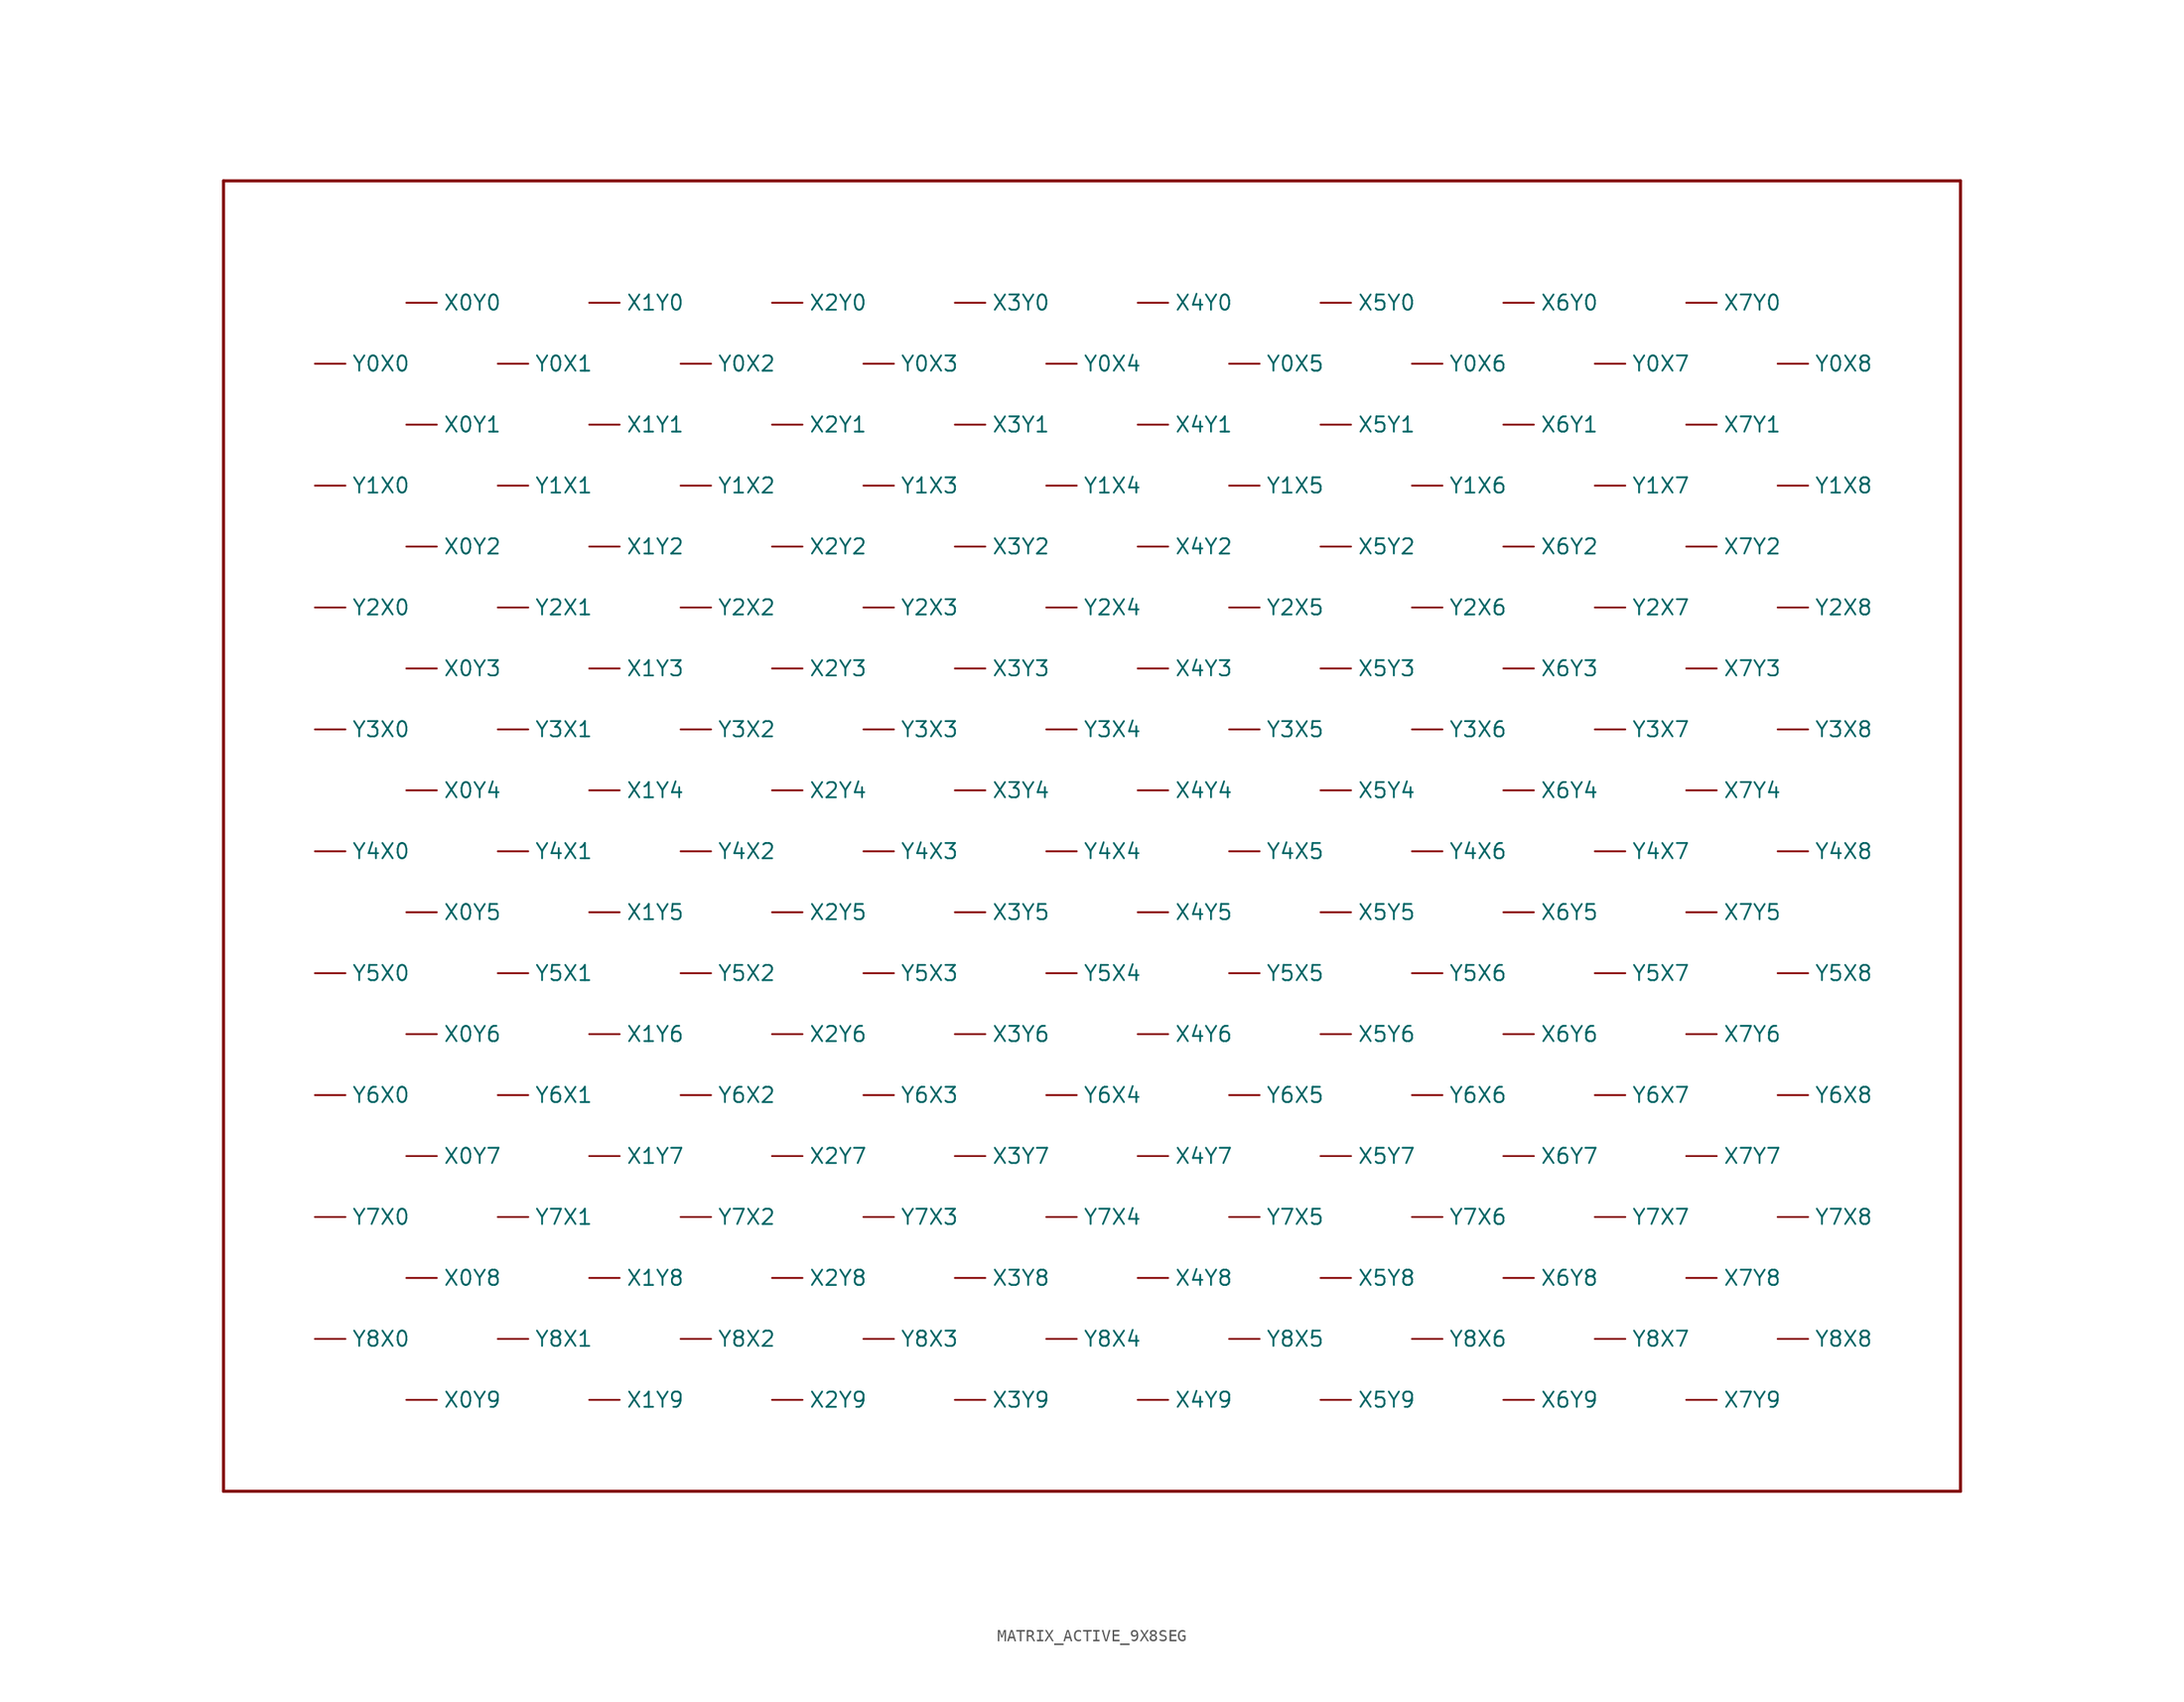
<source format=kicad_sym>
(kicad_symbol_lib
  (version 20220914)
  (generator kicad_symbol_editor)
  (symbol "MATRIX_ACTIVE_9X8SEG"
    (property "Reference" "CT"
      (at 53.34 53.34 0)
      (effects (font (size 1.27 1.27) bold) (justify left bottom) hide))
    (property "Value" ""
      (at -22.86 53.34 0)
      (effects (font (size 1.27 1.27) bold) (justify left bottom)))
    (symbol "MATRIX_ACTIVE_9X8SEG_1_0"
      (polyline (pts (xy -66.04 -53.34) (xy 78.74 -53.34)) (stroke (width 0.254) (type solid)) (fill (type none)))
      (polyline (pts (xy -66.04 55.88) (xy -66.04 -53.34)) (stroke (width 0.254) (type solid)) (fill (type none)))
      (polyline (pts (xy 78.74 -53.34) (xy 78.74 55.88)) (stroke (width 0.254) (type solid)) (fill (type none)))
      (polyline (pts (xy 78.74 55.88) (xy -66.04 55.88)) (stroke (width 0.254) (type solid)) (fill (type none)))
      (pin passive line (at -50.8 45.72 0) (length 2.54) (name "X0Y0" (effects (font (size 1.27 1.27)))) (number "X0Y0" (effects (font (size 0 0)))))
      (pin passive line (at -50.8 35.56 0) (length 2.54) (name "X0Y1" (effects (font (size 1.27 1.27)))) (number "X0Y1" (effects (font (size 0 0)))))
      (pin passive line (at -50.8 25.4 0) (length 2.54) (name "X0Y2" (effects (font (size 1.27 1.27)))) (number "X0Y2" (effects (font (size 0 0)))))
      (pin passive line (at -50.8 15.24 0) (length 2.54) (name "X0Y3" (effects (font (size 1.27 1.27)))) (number "X0Y3" (effects (font (size 0 0)))))
      (pin passive line (at -50.8 5.08 0) (length 2.54) (name "X0Y4" (effects (font (size 1.27 1.27)))) (number "X0Y4" (effects (font (size 0 0)))))
      (pin passive line (at -50.8 -5.08 0) (length 2.54) (name "X0Y5" (effects (font (size 1.27 1.27)))) (number "X0Y5" (effects (font (size 0 0)))))
      (pin passive line (at -50.8 -15.24 0) (length 2.54) (name "X0Y6" (effects (font (size 1.27 1.27)))) (number "X0Y6" (effects (font (size 0 0)))))
      (pin passive line (at -50.8 -25.4 0) (length 2.54) (name "X0Y7" (effects (font (size 1.27 1.27)))) (number "X0Y7" (effects (font (size 0 0)))))
      (pin passive line (at -50.8 -35.56 0) (length 2.54) (name "X0Y8" (effects (font (size 1.27 1.27)))) (number "X0Y8" (effects (font (size 0 0)))))
      (pin passive line (at -50.8 -45.72 0) (length 2.54) (name "X0Y9" (effects (font (size 1.27 1.27)))) (number "X0Y9" (effects (font (size 0 0)))))
      (pin passive line (at -35.56 45.72 0) (length 2.54) (name "X1Y0" (effects (font (size 1.27 1.27)))) (number "X1Y0" (effects (font (size 0 0)))))
      (pin passive line (at -35.56 35.56 0) (length 2.54) (name "X1Y1" (effects (font (size 1.27 1.27)))) (number "X1Y1" (effects (font (size 0 0)))))
      (pin passive line (at -35.56 25.4 0) (length 2.54) (name "X1Y2" (effects (font (size 1.27 1.27)))) (number "X1Y2" (effects (font (size 0 0)))))
      (pin passive line (at -35.56 15.24 0) (length 2.54) (name "X1Y3" (effects (font (size 1.27 1.27)))) (number "X1Y3" (effects (font (size 0 0)))))
      (pin passive line (at -35.56 5.08 0) (length 2.54) (name "X1Y4" (effects (font (size 1.27 1.27)))) (number "X1Y4" (effects (font (size 0 0)))))
      (pin passive line (at -35.56 -5.08 0) (length 2.54) (name "X1Y5" (effects (font (size 1.27 1.27)))) (number "X1Y5" (effects (font (size 0 0)))))
      (pin passive line (at -35.56 -15.24 0) (length 2.54) (name "X1Y6" (effects (font (size 1.27 1.27)))) (number "X1Y6" (effects (font (size 0 0)))))
      (pin passive line (at -35.56 -25.4 0) (length 2.54) (name "X1Y7" (effects (font (size 1.27 1.27)))) (number "X1Y7" (effects (font (size 0 0)))))
      (pin passive line (at -35.56 -35.56 0) (length 2.54) (name "X1Y8" (effects (font (size 1.27 1.27)))) (number "X1Y8" (effects (font (size 0 0)))))
      (pin passive line (at -35.56 -45.72 0) (length 2.54) (name "X1Y9" (effects (font (size 1.27 1.27)))) (number "X1Y9" (effects (font (size 0 0)))))
      (pin passive line (at -20.32 45.72 0) (length 2.54) (name "X2Y0" (effects (font (size 1.27 1.27)))) (number "X2Y0" (effects (font (size 0 0)))))
      (pin passive line (at -20.32 35.56 0) (length 2.54) (name "X2Y1" (effects (font (size 1.27 1.27)))) (number "X2Y1" (effects (font (size 0 0)))))
      (pin passive line (at -20.32 25.4 0) (length 2.54) (name "X2Y2" (effects (font (size 1.27 1.27)))) (number "X2Y2" (effects (font (size 0 0)))))
      (pin passive line (at -20.32 15.24 0) (length 2.54) (name "X2Y3" (effects (font (size 1.27 1.27)))) (number "X2Y3" (effects (font (size 0 0)))))
      (pin passive line (at -20.32 5.08 0) (length 2.54) (name "X2Y4" (effects (font (size 1.27 1.27)))) (number "X2Y4" (effects (font (size 0 0)))))
      (pin passive line (at -20.32 -5.08 0) (length 2.54) (name "X2Y5" (effects (font (size 1.27 1.27)))) (number "X2Y5" (effects (font (size 0 0)))))
      (pin passive line (at -20.32 -15.24 0) (length 2.54) (name "X2Y6" (effects (font (size 1.27 1.27)))) (number "X2Y6" (effects (font (size 0 0)))))
      (pin passive line (at -20.32 -25.4 0) (length 2.54) (name "X2Y7" (effects (font (size 1.27 1.27)))) (number "X2Y7" (effects (font (size 0 0)))))
      (pin passive line (at -20.32 -35.56 0) (length 2.54) (name "X2Y8" (effects (font (size 1.27 1.27)))) (number "X2Y8" (effects (font (size 0 0)))))
      (pin passive line (at -20.32 -45.72 0) (length 2.54) (name "X2Y9" (effects (font (size 1.27 1.27)))) (number "X2Y9" (effects (font (size 0 0)))))
      (pin passive line (at -5.08 45.72 0) (length 2.54) (name "X3Y0" (effects (font (size 1.27 1.27)))) (number "X3Y0" (effects (font (size 0 0)))))
      (pin passive line (at -5.08 35.56 0) (length 2.54) (name "X3Y1" (effects (font (size 1.27 1.27)))) (number "X3Y1" (effects (font (size 0 0)))))
      (pin passive line (at -5.08 25.4 0) (length 2.54) (name "X3Y2" (effects (font (size 1.27 1.27)))) (number "X3Y2" (effects (font (size 0 0)))))
      (pin passive line (at -5.08 15.24 0) (length 2.54) (name "X3Y3" (effects (font (size 1.27 1.27)))) (number "X3Y3" (effects (font (size 0 0)))))
      (pin passive line (at -5.08 5.08 0) (length 2.54) (name "X3Y4" (effects (font (size 1.27 1.27)))) (number "X3Y4" (effects (font (size 0 0)))))
      (pin passive line (at -5.08 -5.08 0) (length 2.54) (name "X3Y5" (effects (font (size 1.27 1.27)))) (number "X3Y5" (effects (font (size 0 0)))))
      (pin passive line (at -5.08 -15.24 0) (length 2.54) (name "X3Y6" (effects (font (size 1.27 1.27)))) (number "X3Y6" (effects (font (size 0 0)))))
      (pin passive line (at -5.08 -25.4 0) (length 2.54) (name "X3Y7" (effects (font (size 1.27 1.27)))) (number "X3Y7" (effects (font (size 0 0)))))
      (pin passive line (at -5.08 -35.56 0) (length 2.54) (name "X3Y8" (effects (font (size 1.27 1.27)))) (number "X3Y8" (effects (font (size 0 0)))))
      (pin passive line (at -5.08 -45.72 0) (length 2.54) (name "X3Y9" (effects (font (size 1.27 1.27)))) (number "X3Y9" (effects (font (size 0 0)))))
      (pin passive line (at 10.16 45.72 0) (length 2.54) (name "X4Y0" (effects (font (size 1.27 1.27)))) (number "X4Y0" (effects (font (size 0 0)))))
      (pin passive line (at 10.16 35.56 0) (length 2.54) (name "X4Y1" (effects (font (size 1.27 1.27)))) (number "X4Y1" (effects (font (size 0 0)))))
      (pin passive line (at 10.16 25.4 0) (length 2.54) (name "X4Y2" (effects (font (size 1.27 1.27)))) (number "X4Y2" (effects (font (size 0 0)))))
      (pin passive line (at 10.16 15.24 0) (length 2.54) (name "X4Y3" (effects (font (size 1.27 1.27)))) (number "X4Y3" (effects (font (size 0 0)))))
      (pin passive line (at 10.16 5.08 0) (length 2.54) (name "X4Y4" (effects (font (size 1.27 1.27)))) (number "X4Y4" (effects (font (size 0 0)))))
      (pin passive line (at 10.16 -5.08 0) (length 2.54) (name "X4Y5" (effects (font (size 1.27 1.27)))) (number "X4Y5" (effects (font (size 0 0)))))
      (pin passive line (at 10.16 -15.24 0) (length 2.54) (name "X4Y6" (effects (font (size 1.27 1.27)))) (number "X4Y6" (effects (font (size 0 0)))))
      (pin passive line (at 10.16 -25.4 0) (length 2.54) (name "X4Y7" (effects (font (size 1.27 1.27)))) (number "X4Y7" (effects (font (size 0 0)))))
      (pin passive line (at 10.16 -35.56 0) (length 2.54) (name "X4Y8" (effects (font (size 1.27 1.27)))) (number "X4Y8" (effects (font (size 0 0)))))
      (pin passive line (at 10.16 -45.72 0) (length 2.54) (name "X4Y9" (effects (font (size 1.27 1.27)))) (number "X4Y9" (effects (font (size 0 0)))))
      (pin passive line (at 25.4 45.72 0) (length 2.54) (name "X5Y0" (effects (font (size 1.27 1.27)))) (number "X5Y0" (effects (font (size 0 0)))))
      (pin passive line (at 25.4 35.56 0) (length 2.54) (name "X5Y1" (effects (font (size 1.27 1.27)))) (number "X5Y1" (effects (font (size 0 0)))))
      (pin passive line (at 25.4 25.4 0) (length 2.54) (name "X5Y2" (effects (font (size 1.27 1.27)))) (number "X5Y2" (effects (font (size 0 0)))))
      (pin passive line (at 25.4 15.24 0) (length 2.54) (name "X5Y3" (effects (font (size 1.27 1.27)))) (number "X5Y3" (effects (font (size 0 0)))))
      (pin passive line (at 25.4 5.08 0) (length 2.54) (name "X5Y4" (effects (font (size 1.27 1.27)))) (number "X5Y4" (effects (font (size 0 0)))))
      (pin passive line (at 25.4 -5.08 0) (length 2.54) (name "X5Y5" (effects (font (size 1.27 1.27)))) (number "X5Y5" (effects (font (size 0 0)))))
      (pin passive line (at 25.4 -15.24 0) (length 2.54) (name "X5Y6" (effects (font (size 1.27 1.27)))) (number "X5Y6" (effects (font (size 0 0)))))
      (pin passive line (at 25.4 -25.4 0) (length 2.54) (name "X5Y7" (effects (font (size 1.27 1.27)))) (number "X5Y7" (effects (font (size 0 0)))))
      (pin passive line (at 25.4 -35.56 0) (length 2.54) (name "X5Y8" (effects (font (size 1.27 1.27)))) (number "X5Y8" (effects (font (size 0 0)))))
      (pin passive line (at 25.4 -45.72 0) (length 2.54) (name "X5Y9" (effects (font (size 1.27 1.27)))) (number "X5Y9" (effects (font (size 0 0)))))
      (pin passive line (at 40.64 45.72 0) (length 2.54) (name "X6Y0" (effects (font (size 1.27 1.27)))) (number "X6Y0" (effects (font (size 0 0)))))
      (pin passive line (at 40.64 35.56 0) (length 2.54) (name "X6Y1" (effects (font (size 1.27 1.27)))) (number "X6Y1" (effects (font (size 0 0)))))
      (pin passive line (at 40.64 25.4 0) (length 2.54) (name "X6Y2" (effects (font (size 1.27 1.27)))) (number "X6Y2" (effects (font (size 0 0)))))
      (pin passive line (at 40.64 15.24 0) (length 2.54) (name "X6Y3" (effects (font (size 1.27 1.27)))) (number "X6Y3" (effects (font (size 0 0)))))
      (pin passive line (at 40.64 5.08 0) (length 2.54) (name "X6Y4" (effects (font (size 1.27 1.27)))) (number "X6Y4" (effects (font (size 0 0)))))
      (pin passive line (at 40.64 -5.08 0) (length 2.54) (name "X6Y5" (effects (font (size 1.27 1.27)))) (number "X6Y5" (effects (font (size 0 0)))))
      (pin passive line (at 40.64 -15.24 0) (length 2.54) (name "X6Y6" (effects (font (size 1.27 1.27)))) (number "X6Y6" (effects (font (size 0 0)))))
      (pin passive line (at 40.64 -25.4 0) (length 2.54) (name "X6Y7" (effects (font (size 1.27 1.27)))) (number "X6Y7" (effects (font (size 0 0)))))
      (pin passive line (at 40.64 -35.56 0) (length 2.54) (name "X6Y8" (effects (font (size 1.27 1.27)))) (number "X6Y8" (effects (font (size 0 0)))))
      (pin passive line (at 40.64 -45.72 0) (length 2.54) (name "X6Y9" (effects (font (size 1.27 1.27)))) (number "X6Y9" (effects (font (size 0 0)))))
      (pin passive line (at 55.88 45.72 0) (length 2.54) (name "X7Y0" (effects (font (size 1.27 1.27)))) (number "X7Y0" (effects (font (size 0 0)))))
      (pin passive line (at 55.88 35.56 0) (length 2.54) (name "X7Y1" (effects (font (size 1.27 1.27)))) (number "X7Y1" (effects (font (size 0 0)))))
      (pin passive line (at 55.88 25.4 0) (length 2.54) (name "X7Y2" (effects (font (size 1.27 1.27)))) (number "X7Y2" (effects (font (size 0 0)))))
      (pin passive line (at 55.88 15.24 0) (length 2.54) (name "X7Y3" (effects (font (size 1.27 1.27)))) (number "X7Y3" (effects (font (size 0 0)))))
      (pin passive line (at 55.88 5.08 0) (length 2.54) (name "X7Y4" (effects (font (size 1.27 1.27)))) (number "X7Y4" (effects (font (size 0 0)))))
      (pin passive line (at 55.88 -5.08 0) (length 2.54) (name "X7Y5" (effects (font (size 1.27 1.27)))) (number "X7Y5" (effects (font (size 0 0)))))
      (pin passive line (at 55.88 -15.24 0) (length 2.54) (name "X7Y6" (effects (font (size 1.27 1.27)))) (number "X7Y6" (effects (font (size 0 0)))))
      (pin passive line (at 55.88 -25.4 0) (length 2.54) (name "X7Y7" (effects (font (size 1.27 1.27)))) (number "X7Y7" (effects (font (size 0 0)))))
      (pin passive line (at 55.88 -35.56 0) (length 2.54) (name "X7Y8" (effects (font (size 1.27 1.27)))) (number "X7Y8" (effects (font (size 0 0)))))
      (pin passive line (at 55.88 -45.72 0) (length 2.54) (name "X7Y9" (effects (font (size 1.27 1.27)))) (number "X7Y9" (effects (font (size 0 0)))))
      (pin passive line (at -58.42 40.64 0) (length 2.54) (name "Y0X0" (effects (font (size 1.27 1.27)))) (number "Y0X0" (effects (font (size 0 0)))))
      (pin passive line (at -43.18 40.64 0) (length 2.54) (name "Y0X1" (effects (font (size 1.27 1.27)))) (number "Y0X1" (effects (font (size 0 0)))))
      (pin passive line (at -27.94 40.64 0) (length 2.54) (name "Y0X2" (effects (font (size 1.27 1.27)))) (number "Y0X2" (effects (font (size 0 0)))))
      (pin passive line (at -12.7 40.64 0) (length 2.54) (name "Y0X3" (effects (font (size 1.27 1.27)))) (number "Y0X3" (effects (font (size 0 0)))))
      (pin passive line (at 2.54 40.64 0) (length 2.54) (name "Y0X4" (effects (font (size 1.27 1.27)))) (number "Y0X4" (effects (font (size 0 0)))))
      (pin passive line (at 17.78 40.64 0) (length 2.54) (name "Y0X5" (effects (font (size 1.27 1.27)))) (number "Y0X5" (effects (font (size 0 0)))))
      (pin passive line (at 33.02 40.64 0) (length 2.54) (name "Y0X6" (effects (font (size 1.27 1.27)))) (number "Y0X6" (effects (font (size 0 0)))))
      (pin passive line (at 48.26 40.64 0) (length 2.54) (name "Y0X7" (effects (font (size 1.27 1.27)))) (number "Y0X7" (effects (font (size 0 0)))))
      (pin passive line (at 63.5 40.64 0) (length 2.54) (name "Y0X8" (effects (font (size 1.27 1.27)))) (number "Y0X8" (effects (font (size 0 0)))))
      (pin passive line (at -58.42 30.48 0) (length 2.54) (name "Y1X0" (effects (font (size 1.27 1.27)))) (number "Y1X0" (effects (font (size 0 0)))))
      (pin passive line (at -43.18 30.48 0) (length 2.54) (name "Y1X1" (effects (font (size 1.27 1.27)))) (number "Y1X1" (effects (font (size 0 0)))))
      (pin passive line (at -27.94 30.48 0) (length 2.54) (name "Y1X2" (effects (font (size 1.27 1.27)))) (number "Y1X2" (effects (font (size 0 0)))))
      (pin passive line (at -12.7 30.48 0) (length 2.54) (name "Y1X3" (effects (font (size 1.27 1.27)))) (number "Y1X3" (effects (font (size 0 0)))))
      (pin passive line (at 2.54 30.48 0) (length 2.54) (name "Y1X4" (effects (font (size 1.27 1.27)))) (number "Y1X4" (effects (font (size 0 0)))))
      (pin passive line (at 17.78 30.48 0) (length 2.54) (name "Y1X5" (effects (font (size 1.27 1.27)))) (number "Y1X5" (effects (font (size 0 0)))))
      (pin passive line (at 33.02 30.48 0) (length 2.54) (name "Y1X6" (effects (font (size 1.27 1.27)))) (number "Y1X6" (effects (font (size 0 0)))))
      (pin passive line (at 48.26 30.48 0) (length 2.54) (name "Y1X7" (effects (font (size 1.27 1.27)))) (number "Y1X7" (effects (font (size 0 0)))))
      (pin passive line (at 63.5 30.48 0) (length 2.54) (name "Y1X8" (effects (font (size 1.27 1.27)))) (number "Y1X8" (effects (font (size 0 0)))))
      (pin passive line (at -58.42 20.32 0) (length 2.54) (name "Y2X0" (effects (font (size 1.27 1.27)))) (number "Y2X0" (effects (font (size 0 0)))))
      (pin passive line (at -43.18 20.32 0) (length 2.54) (name "Y2X1" (effects (font (size 1.27 1.27)))) (number "Y2X1" (effects (font (size 0 0)))))
      (pin passive line (at -27.94 20.32 0) (length 2.54) (name "Y2X2" (effects (font (size 1.27 1.27)))) (number "Y2X2" (effects (font (size 0 0)))))
      (pin passive line (at -12.7 20.32 0) (length 2.54) (name "Y2X3" (effects (font (size 1.27 1.27)))) (number "Y2X3" (effects (font (size 0 0)))))
      (pin passive line (at 2.54 20.32 0) (length 2.54) (name "Y2X4" (effects (font (size 1.27 1.27)))) (number "Y2X4" (effects (font (size 0 0)))))
      (pin passive line (at 17.78 20.32 0) (length 2.54) (name "Y2X5" (effects (font (size 1.27 1.27)))) (number "Y2X5" (effects (font (size 0 0)))))
      (pin passive line (at 33.02 20.32 0) (length 2.54) (name "Y2X6" (effects (font (size 1.27 1.27)))) (number "Y2X6" (effects (font (size 0 0)))))
      (pin passive line (at 48.26 20.32 0) (length 2.54) (name "Y2X7" (effects (font (size 1.27 1.27)))) (number "Y2X7" (effects (font (size 0 0)))))
      (pin passive line (at 63.5 20.32 0) (length 2.54) (name "Y2X8" (effects (font (size 1.27 1.27)))) (number "Y2X8" (effects (font (size 0 0)))))
      (pin passive line (at -58.42 10.16 0) (length 2.54) (name "Y3X0" (effects (font (size 1.27 1.27)))) (number "Y3X0" (effects (font (size 0 0)))))
      (pin passive line (at -43.18 10.16 0) (length 2.54) (name "Y3X1" (effects (font (size 1.27 1.27)))) (number "Y3X1" (effects (font (size 0 0)))))
      (pin passive line (at -27.94 10.16 0) (length 2.54) (name "Y3X2" (effects (font (size 1.27 1.27)))) (number "Y3X2" (effects (font (size 0 0)))))
      (pin passive line (at -12.7 10.16 0) (length 2.54) (name "Y3X3" (effects (font (size 1.27 1.27)))) (number "Y3X3" (effects (font (size 0 0)))))
      (pin passive line (at 2.54 10.16 0) (length 2.54) (name "Y3X4" (effects (font (size 1.27 1.27)))) (number "Y3X4" (effects (font (size 0 0)))))
      (pin passive line (at 17.78 10.16 0) (length 2.54) (name "Y3X5" (effects (font (size 1.27 1.27)))) (number "Y3X5" (effects (font (size 0 0)))))
      (pin passive line (at 33.02 10.16 0) (length 2.54) (name "Y3X6" (effects (font (size 1.27 1.27)))) (number "Y3X6" (effects (font (size 0 0)))))
      (pin passive line (at 48.26 10.16 0) (length 2.54) (name "Y3X7" (effects (font (size 1.27 1.27)))) (number "Y3X7" (effects (font (size 0 0)))))
      (pin passive line (at 63.5 10.16 0) (length 2.54) (name "Y3X8" (effects (font (size 1.27 1.27)))) (number "Y3X8" (effects (font (size 0 0)))))
      (pin passive line (at -58.42 0 0) (length 2.54) (name "Y4X0" (effects (font (size 1.27 1.27)))) (number "Y4X0" (effects (font (size 0 0)))))
      (pin passive line (at -43.18 0 0) (length 2.54) (name "Y4X1" (effects (font (size 1.27 1.27)))) (number "Y4X1" (effects (font (size 0 0)))))
      (pin passive line (at -27.94 0 0) (length 2.54) (name "Y4X2" (effects (font (size 1.27 1.27)))) (number "Y4X2" (effects (font (size 0 0)))))
      (pin passive line (at -12.7 0 0) (length 2.54) (name "Y4X3" (effects (font (size 1.27 1.27)))) (number "Y4X3" (effects (font (size 0 0)))))
      (pin passive line (at 2.54 0 0) (length 2.54) (name "Y4X4" (effects (font (size 1.27 1.27)))) (number "Y4X4" (effects (font (size 0 0)))))
      (pin passive line (at 17.78 0 0) (length 2.54) (name "Y4X5" (effects (font (size 1.27 1.27)))) (number "Y4X5" (effects (font (size 0 0)))))
      (pin passive line (at 33.02 0 0) (length 2.54) (name "Y4X6" (effects (font (size 1.27 1.27)))) (number "Y4X6" (effects (font (size 0 0)))))
      (pin passive line (at 48.26 0 0) (length 2.54) (name "Y4X7" (effects (font (size 1.27 1.27)))) (number "Y4X7" (effects (font (size 0 0)))))
      (pin passive line (at 63.5 0 0) (length 2.54) (name "Y4X8" (effects (font (size 1.27 1.27)))) (number "Y4X8" (effects (font (size 0 0)))))
      (pin passive line (at -58.42 -10.16 0) (length 2.54) (name "Y5X0" (effects (font (size 1.27 1.27)))) (number "Y5X0" (effects (font (size 0 0)))))
      (pin passive line (at -43.18 -10.16 0) (length 2.54) (name "Y5X1" (effects (font (size 1.27 1.27)))) (number "Y5X1" (effects (font (size 0 0)))))
      (pin passive line (at -27.94 -10.16 0) (length 2.54) (name "Y5X2" (effects (font (size 1.27 1.27)))) (number "Y5X2" (effects (font (size 0 0)))))
      (pin passive line (at -12.7 -10.16 0) (length 2.54) (name "Y5X3" (effects (font (size 1.27 1.27)))) (number "Y5X3" (effects (font (size 0 0)))))
      (pin passive line (at 2.54 -10.16 0) (length 2.54) (name "Y5X4" (effects (font (size 1.27 1.27)))) (number "Y5X4" (effects (font (size 0 0)))))
      (pin passive line (at 17.78 -10.16 0) (length 2.54) (name "Y5X5" (effects (font (size 1.27 1.27)))) (number "Y5X5" (effects (font (size 0 0)))))
      (pin passive line (at 33.02 -10.16 0) (length 2.54) (name "Y5X6" (effects (font (size 1.27 1.27)))) (number "Y5X6" (effects (font (size 0 0)))))
      (pin passive line (at 48.26 -10.16 0) (length 2.54) (name "Y5X7" (effects (font (size 1.27 1.27)))) (number "Y5X7" (effects (font (size 0 0)))))
      (pin passive line (at 63.5 -10.16 0) (length 2.54) (name "Y5X8" (effects (font (size 1.27 1.27)))) (number "Y5X8" (effects (font (size 0 0)))))
      (pin passive line (at -58.42 -20.32 0) (length 2.54) (name "Y6X0" (effects (font (size 1.27 1.27)))) (number "Y6X0" (effects (font (size 0 0)))))
      (pin passive line (at -43.18 -20.32 0) (length 2.54) (name "Y6X1" (effects (font (size 1.27 1.27)))) (number "Y6X1" (effects (font (size 0 0)))))
      (pin passive line (at -27.94 -20.32 0) (length 2.54) (name "Y6X2" (effects (font (size 1.27 1.27)))) (number "Y6X2" (effects (font (size 0 0)))))
      (pin passive line (at -12.7 -20.32 0) (length 2.54) (name "Y6X3" (effects (font (size 1.27 1.27)))) (number "Y6X3" (effects (font (size 0 0)))))
      (pin passive line (at 2.54 -20.32 0) (length 2.54) (name "Y6X4" (effects (font (size 1.27 1.27)))) (number "Y6X4" (effects (font (size 0 0)))))
      (pin passive line (at 17.78 -20.32 0) (length 2.54) (name "Y6X5" (effects (font (size 1.27 1.27)))) (number "Y6X5" (effects (font (size 0 0)))))
      (pin passive line (at 33.02 -20.32 0) (length 2.54) (name "Y6X6" (effects (font (size 1.27 1.27)))) (number "Y6X6" (effects (font (size 0 0)))))
      (pin passive line (at 48.26 -20.32 0) (length 2.54) (name "Y6X7" (effects (font (size 1.27 1.27)))) (number "Y6X7" (effects (font (size 0 0)))))
      (pin passive line (at 63.5 -20.32 0) (length 2.54) (name "Y6X8" (effects (font (size 1.27 1.27)))) (number "Y6X8" (effects (font (size 0 0)))))
      (pin passive line (at -58.42 -30.48 0) (length 2.54) (name "Y7X0" (effects (font (size 1.27 1.27)))) (number "Y7X0" (effects (font (size 0 0)))))
      (pin passive line (at -43.18 -30.48 0) (length 2.54) (name "Y7X1" (effects (font (size 1.27 1.27)))) (number "Y7X1" (effects (font (size 0 0)))))
      (pin passive line (at -27.94 -30.48 0) (length 2.54) (name "Y7X2" (effects (font (size 1.27 1.27)))) (number "Y7X2" (effects (font (size 0 0)))))
      (pin passive line (at -12.7 -30.48 0) (length 2.54) (name "Y7X3" (effects (font (size 1.27 1.27)))) (number "Y7X3" (effects (font (size 0 0)))))
      (pin passive line (at 2.54 -30.48 0) (length 2.54) (name "Y7X4" (effects (font (size 1.27 1.27)))) (number "Y7X4" (effects (font (size 0 0)))))
      (pin passive line (at 17.78 -30.48 0) (length 2.54) (name "Y7X5" (effects (font (size 1.27 1.27)))) (number "Y7X5" (effects (font (size 0 0)))))
      (pin passive line (at 33.02 -30.48 0) (length 2.54) (name "Y7X6" (effects (font (size 1.27 1.27)))) (number "Y7X6" (effects (font (size 0 0)))))
      (pin passive line (at 48.26 -30.48 0) (length 2.54) (name "Y7X7" (effects (font (size 1.27 1.27)))) (number "Y7X7" (effects (font (size 0 0)))))
      (pin passive line (at 63.5 -30.48 0) (length 2.54) (name "Y7X8" (effects (font (size 1.27 1.27)))) (number "Y7X8" (effects (font (size 0 0)))))
      (pin passive line (at -58.42 -40.64 0) (length 2.54) (name "Y8X0" (effects (font (size 1.27 1.27)))) (number "Y8X0" (effects (font (size 0 0)))))
      (pin passive line (at -43.18 -40.64 0) (length 2.54) (name "Y8X1" (effects (font (size 1.27 1.27)))) (number "Y8X1" (effects (font (size 0 0)))))
      (pin passive line (at -27.94 -40.64 0) (length 2.54) (name "Y8X2" (effects (font (size 1.27 1.27)))) (number "Y8X2" (effects (font (size 0 0)))))
      (pin passive line (at -12.7 -40.64 0) (length 2.54) (name "Y8X3" (effects (font (size 1.27 1.27)))) (number "Y8X3" (effects (font (size 0 0)))))
      (pin passive line (at 2.54 -40.64 0) (length 2.54) (name "Y8X4" (effects (font (size 1.27 1.27)))) (number "Y8X4" (effects (font (size 0 0)))))
      (pin passive line (at 17.78 -40.64 0) (length 2.54) (name "Y8X5" (effects (font (size 1.27 1.27)))) (number "Y8X5" (effects (font (size 0 0)))))
      (pin passive line (at 33.02 -40.64 0) (length 2.54) (name "Y8X6" (effects (font (size 1.27 1.27)))) (number "Y8X6" (effects (font (size 0 0)))))
      (pin passive line (at 48.26 -40.64 0) (length 2.54) (name "Y8X7" (effects (font (size 1.27 1.27)))) (number "Y8X7" (effects (font (size 0 0)))))
      (pin passive line (at 63.5 -40.64 0) (length 2.54) (name "Y8X8" (effects (font (size 1.27 1.27)))) (number "Y8X8" (effects (font (size 0 0))))))))
</source>
